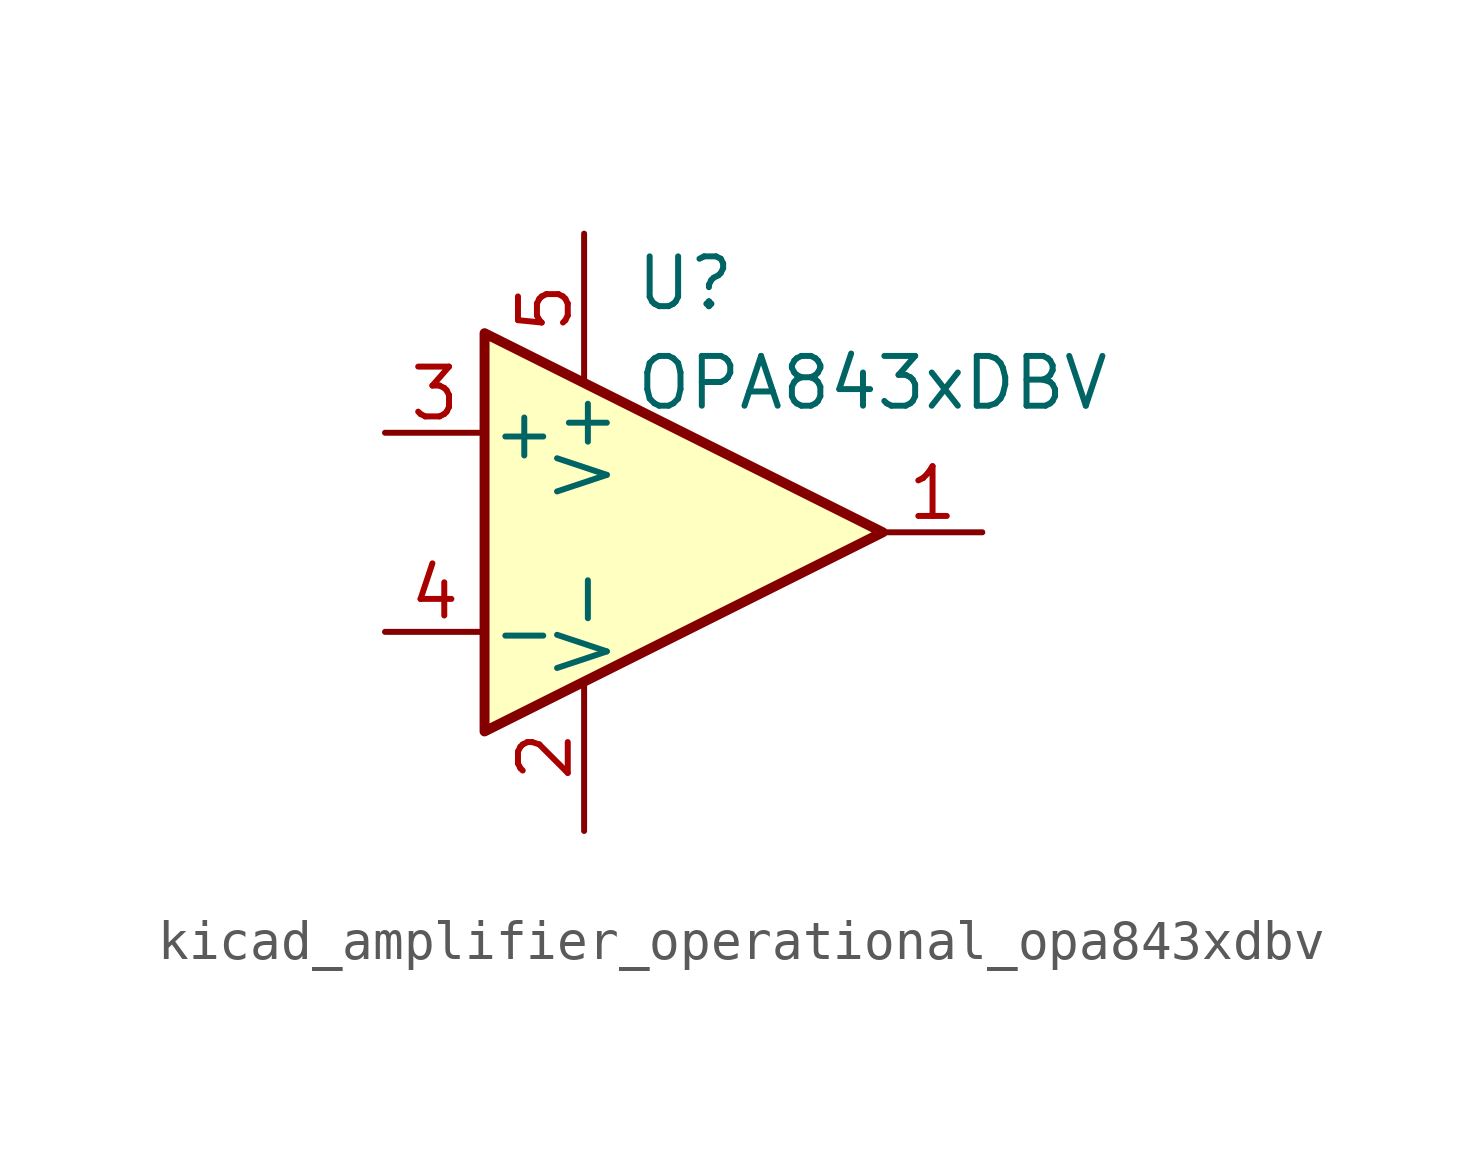
<source format=kicad_sym>
(kicad_symbol_lib
  (version 20220914)
  (generator kicad_symbol_editor)
  (symbol "kicad_amplifier_operational_opa843xdbv"
    (pin_names
      (offset 0.127))
    (property "Reference" "U"
      (at -1.27 6.35 0)
      (effects (font (size 1.27 1.27)) (justify left)))
    (property "Value" "OPA843xDBV"
      (at -1.27 3.81 0)
      (effects (font (size 1.27 1.27)) (justify left)))
    (symbol "kicad_amplifier_operational_opa843xdbv_0_1"
      (polyline (pts (xy -5.08 5.08) (xy 5.08 0) (xy -5.08 -5.08) (xy -5.08 5.08)) (stroke (width 0.254) (type default)) (fill (type background)))
      (pin power_in line (at -2.54 -7.62 90) (length 3.81) (name "V-" (effects (font (size 1.27 1.27)))) (number "2" (effects (font (size 1.27 1.27)))))
      (pin power_in line (at -2.54 7.62 270) (length 3.81) (name "V+" (effects (font (size 1.27 1.27)))) (number "5" (effects (font (size 1.27 1.27))))))
    (symbol "kicad_amplifier_operational_opa843xdbv_1_1"
      (pin output line (at 7.62 0 180) (length 2.54) (name "~" (effects (font (size 1.27 1.27)))) (number "1" (effects (font (size 1.27 1.27)))))
      (pin input line (at -7.62 2.54 0) (length 2.54) (name "+" (effects (font (size 1.27 1.27)))) (number "3" (effects (font (size 1.27 1.27)))))
      (pin input line (at -7.62 -2.54 0) (length 2.54) (name "-" (effects (font (size 1.27 1.27)))) (number "4" (effects (font (size 1.27 1.27))))))))
</source>
